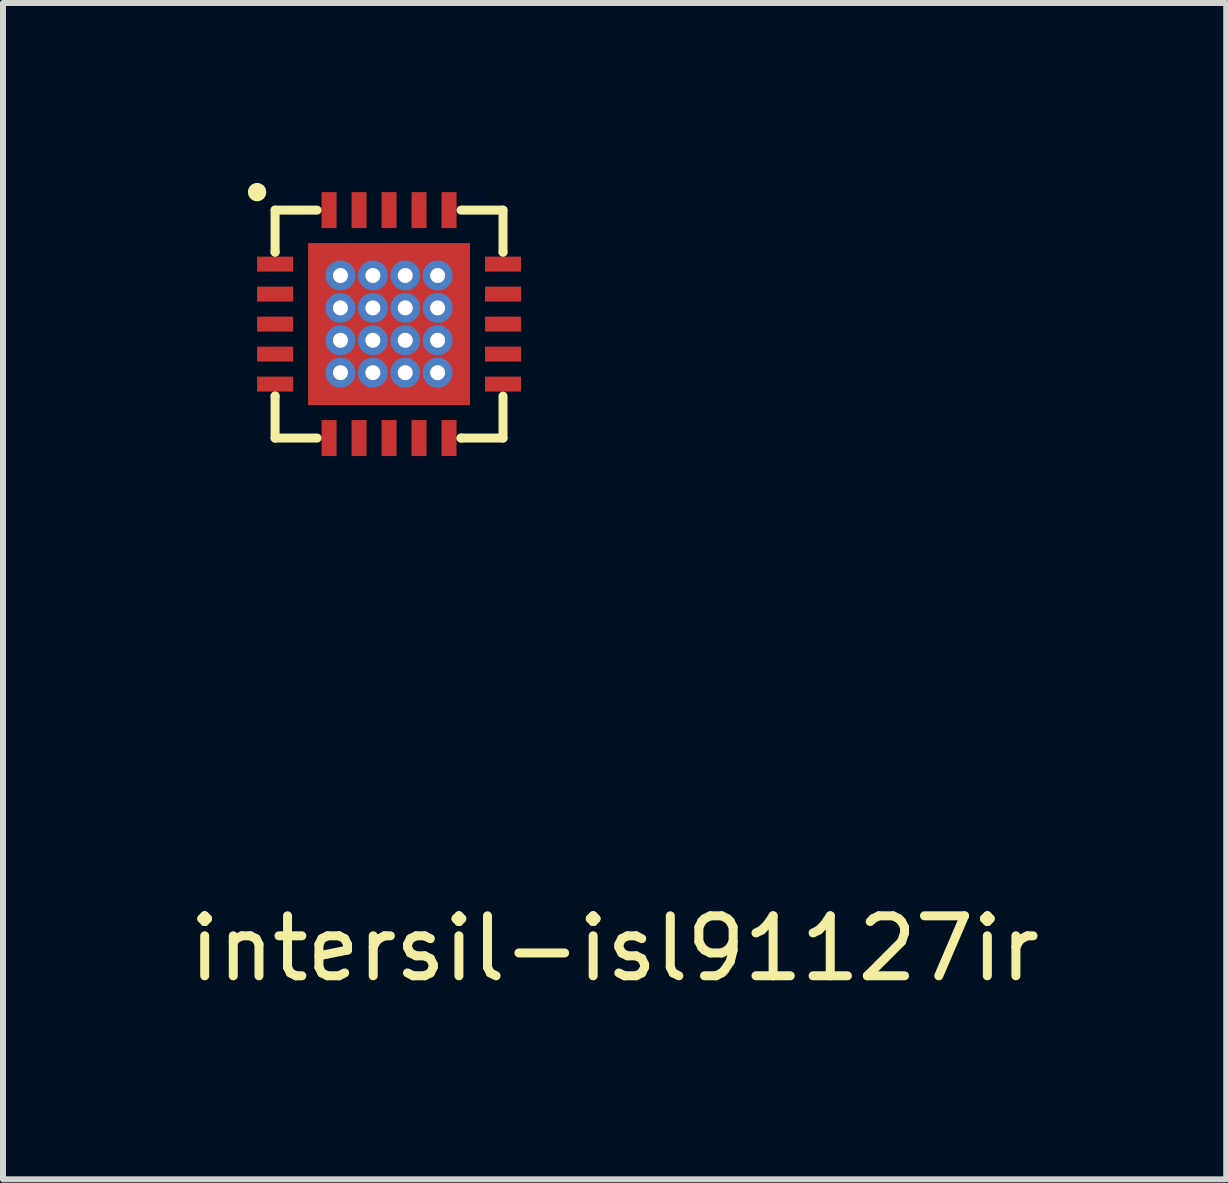
<source format=kicad_pcb>
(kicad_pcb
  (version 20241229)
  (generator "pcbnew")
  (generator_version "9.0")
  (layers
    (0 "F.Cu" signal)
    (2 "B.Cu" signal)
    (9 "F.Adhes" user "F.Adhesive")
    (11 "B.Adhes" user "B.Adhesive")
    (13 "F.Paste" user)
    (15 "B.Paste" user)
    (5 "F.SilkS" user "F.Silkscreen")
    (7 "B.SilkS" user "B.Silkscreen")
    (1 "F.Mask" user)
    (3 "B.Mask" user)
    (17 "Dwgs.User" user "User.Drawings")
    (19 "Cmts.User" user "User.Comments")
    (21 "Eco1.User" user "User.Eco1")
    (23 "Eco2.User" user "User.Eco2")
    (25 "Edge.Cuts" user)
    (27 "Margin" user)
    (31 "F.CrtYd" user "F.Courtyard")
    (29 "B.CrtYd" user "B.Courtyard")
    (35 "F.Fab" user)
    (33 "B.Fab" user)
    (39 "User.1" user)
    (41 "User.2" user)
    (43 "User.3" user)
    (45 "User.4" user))
  (footprint "intersil-isl91127ir"
    (layer "F.Cu")
    (at 3.436 2.353)
    (property "Reference" "intersil-isl91127ir" (at 3.76 10.41 0) (layer "F.SilkS") (effects (font (size 1 1) (thickness 0.15))))
    (attr through_hole)
    (fp_line (start -1.9 -1.9) (end -1.9 -1.2) (stroke (width 0.15) (type solid)) (layer "F.SilkS"))
    (fp_line (start -1.9 -1.2) (end -1.9 -1.2) (stroke (width 0.15) (type solid)) (layer "F.SilkS"))
    (fp_line (start -1.9 1.2) (end -1.9 1.2) (stroke (width 0.15) (type solid)) (layer "F.SilkS"))
    (fp_line (start -1.9 1.9) (end -1.9 1.2) (stroke (width 0.15) (type solid)) (layer "F.SilkS"))
    (fp_line (start -1.2 -1.9) (end -1.9 -1.9) (stroke (width 0.15) (type solid)) (layer "F.SilkS"))
    (fp_line (start -1.2 1.9) (end -1.9 1.9) (stroke (width 0.15) (type solid)) (layer "F.SilkS"))
    (fp_line (start 1.2 -1.9) (end 1.9 -1.9) (stroke (width 0.15) (type solid)) (layer "F.SilkS"))
    (fp_line (start 1.2 1.9) (end 1.2 1.9) (stroke (width 0.15) (type solid)) (layer "F.SilkS"))
    (fp_line (start 1.9 -1.9) (end 1.9 -1.2) (stroke (width 0.15) (type solid)) (layer "F.SilkS"))
    (fp_line (start 1.9 -1.2) (end 1.9 -1.2) (stroke (width 0.15) (type solid)) (layer "F.SilkS"))
    (fp_line (start 1.9 1.2) (end 1.9 1.9) (stroke (width 0.15) (type solid)) (layer "F.SilkS"))
    (fp_line (start 1.9 1.9) (end 1.2 1.9) (stroke (width 0.15) (type solid)) (layer "F.SilkS"))
    (fp_circle (center -2.2 -2.2) (end -2.15 -2.14) (stroke (width 0.15) (type solid)) (fill no) (layer "F.SilkS"))
    (pad "1" smd rect (at -1.9 -1) (size 0.6 0.25) (layers "F.Cu" "F.Mask" "F.Paste"))
    (pad "2" smd rect (at -1.9 -0.5) (size 0.6 0.25) (layers "F.Cu" "F.Mask" "F.Paste"))
    (pad "3" smd rect (at -1.9 0) (size 0.6 0.25) (layers "F.Cu" "F.Mask" "F.Paste"))
    (pad "4" smd rect (at -1.9 0.5) (size 0.6 0.25) (layers "F.Cu" "F.Mask" "F.Paste"))
    (pad "5" smd rect (at -1.9 1) (size 0.6 0.25) (layers "F.Cu" "F.Mask" "F.Paste"))
    (pad "6" smd rect (at -1 1.9 90) (size 0.6 0.25) (layers "F.Cu" "F.Mask" "F.Paste"))
    (pad "7" smd rect (at -0.5 1.9 90) (size 0.6 0.25) (layers "F.Cu" "F.Mask" "F.Paste"))
    (pad "8" smd rect (at 0 1.9 90) (size 0.6 0.25) (layers "F.Cu" "F.Mask" "F.Paste"))
    (pad "9" smd rect (at 0.5 1.9 90) (size 0.6 0.25) (layers "F.Cu" "F.Mask" "F.Paste"))
    (pad "10" smd rect (at 1 1.9 90) (size 0.6 0.25) (layers "F.Cu" "F.Mask" "F.Paste"))
    (pad "11" smd rect (at 1.9 1) (size 0.6 0.25) (layers "F.Cu" "F.Mask" "F.Paste"))
    (pad "12" smd rect (at 1.9 0.5) (size 0.6 0.25) (layers "F.Cu" "F.Mask" "F.Paste"))
    (pad "13" smd rect (at 1.9 0) (size 0.6 0.25) (layers "F.Cu" "F.Mask" "F.Paste"))
    (pad "14" smd rect (at 1.9 -0.5) (size 0.6 0.25) (layers "F.Cu" "F.Mask" "F.Paste"))
    (pad "15" smd rect (at 1.9 -1) (size 0.6 0.25) (layers "F.Cu" "F.Mask" "F.Paste"))
    (pad "16" smd rect (at 1 -1.9 90) (size 0.6 0.25) (layers "F.Cu" "F.Mask" "F.Paste"))
    (pad "17" smd rect (at 0.5 -1.9 90) (size 0.6 0.25) (layers "F.Cu" "F.Mask" "F.Paste"))
    (pad "18" smd rect (at 0 -1.9 90) (size 0.6 0.25) (layers "F.Cu" "F.Mask" "F.Paste"))
    (pad "19" smd rect (at -0.5 -1.9 90) (size 0.6 0.25) (layers "F.Cu" "F.Mask" "F.Paste"))
    (pad "20" smd rect (at -1 -1.9 90) (size 0.6 0.25) (layers "F.Cu" "F.Mask" "F.Paste"))
    (pad "21" thru_hole circle (at -0.81 -0.81) (size 0.5 0.5) (drill 0.25) (layers "*.Cu" "*.Mask"))
    (pad "21" thru_hole circle (at -0.81 -0.27) (size 0.5 0.5) (drill 0.25) (layers "*.Cu" "*.Mask"))
    (pad "21" thru_hole circle (at -0.81 0.27) (size 0.5 0.5) (drill 0.25) (layers "*.Cu" "*.Mask"))
    (pad "21" thru_hole circle (at -0.81 0.81) (size 0.5 0.5) (drill 0.25) (layers "*.Cu" "*.Mask"))
    (pad "21" thru_hole circle (at -0.27 -0.81) (size 0.5 0.5) (drill 0.25) (layers "*.Cu" "*.Mask"))
    (pad "21" thru_hole circle (at -0.27 -0.27) (size 0.5 0.5) (drill 0.25) (layers "*.Cu" "*.Mask"))
    (pad "21" thru_hole circle (at -0.27 0.27) (size 0.5 0.5) (drill 0.25) (layers "*.Cu" "*.Mask"))
    (pad "21" thru_hole circle (at -0.27 0.81) (size 0.5 0.5) (drill 0.25) (layers "*.Cu" "*.Mask"))
    (pad "21" smd rect (at 0 0) (size 2.7 2.7) (layers "F.Cu" "F.Mask" "F.Paste"))
    (pad "21" thru_hole circle (at 0.27 -0.81) (size 0.5 0.5) (drill 0.25) (layers "*.Cu" "*.Mask"))
    (pad "21" thru_hole circle (at 0.27 -0.27) (size 0.5 0.5) (drill 0.25) (layers "*.Cu" "*.Mask"))
    (pad "21" thru_hole circle (at 0.27 0.27) (size 0.5 0.5) (drill 0.25) (layers "*.Cu" "*.Mask"))
    (pad "21" thru_hole circle (at 0.27 0.81) (size 0.5 0.5) (drill 0.25) (layers "*.Cu" "*.Mask"))
    (pad "21" thru_hole circle (at 0.81 -0.81) (size 0.5 0.5) (drill 0.25) (layers "*.Cu" "*.Mask"))
    (pad "21" thru_hole circle (at 0.81 -0.27) (size 0.5 0.5) (drill 0.25) (layers "*.Cu" "*.Mask"))
    (pad "21" thru_hole circle (at 0.81 0.27) (size 0.5 0.5) (drill 0.25) (layers "*.Cu" "*.Mask"))
    (pad "21" thru_hole circle (at 0.81 0.81) (size 0.5 0.5) (drill 0.25) (layers "*.Cu" "*.Mask")))
  (gr_rect
    (start -3 -3)
    (end 17.393 16.611)
    (stroke (width 0.1) (type default))
    (fill no)
    (layer "Edge.Cuts")))
</source>
